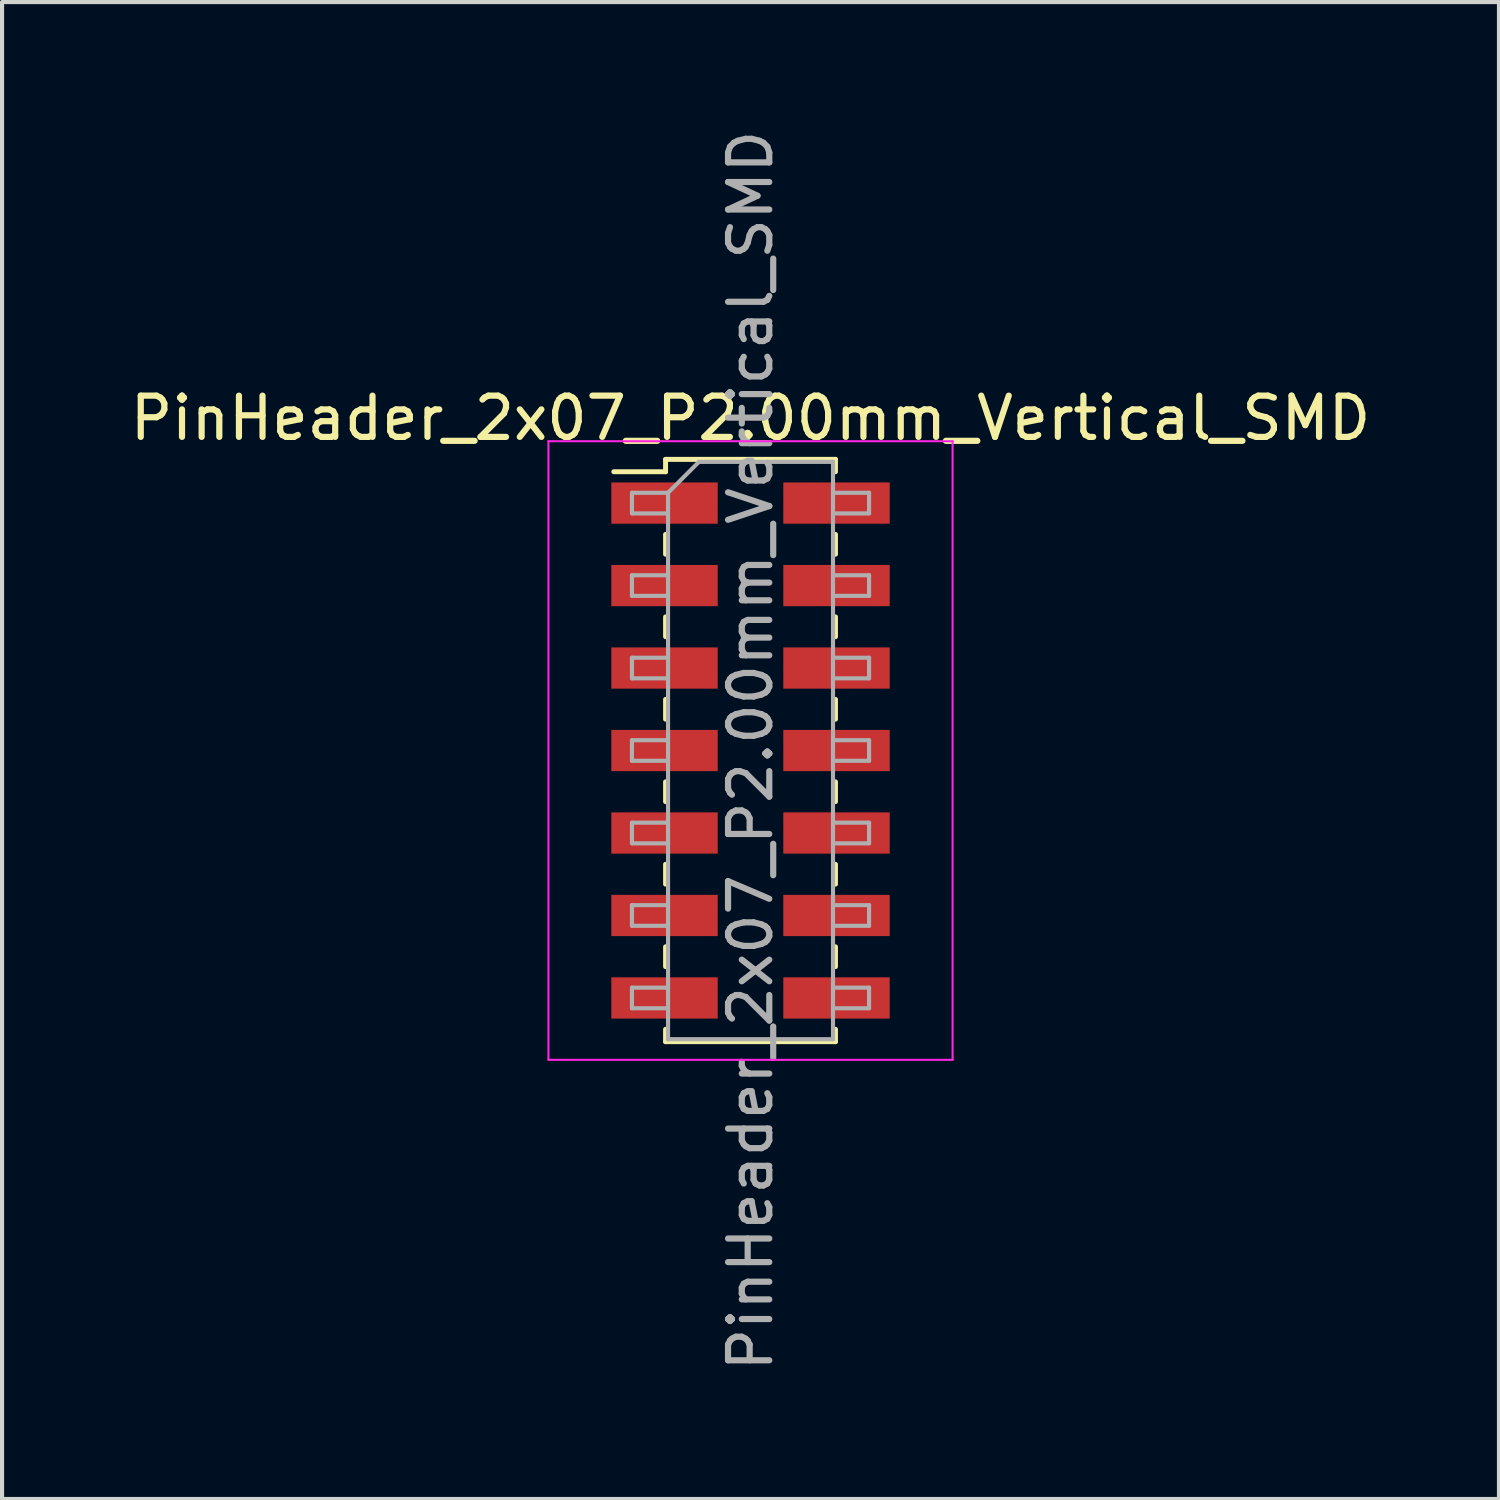
<source format=kicad_pcb>
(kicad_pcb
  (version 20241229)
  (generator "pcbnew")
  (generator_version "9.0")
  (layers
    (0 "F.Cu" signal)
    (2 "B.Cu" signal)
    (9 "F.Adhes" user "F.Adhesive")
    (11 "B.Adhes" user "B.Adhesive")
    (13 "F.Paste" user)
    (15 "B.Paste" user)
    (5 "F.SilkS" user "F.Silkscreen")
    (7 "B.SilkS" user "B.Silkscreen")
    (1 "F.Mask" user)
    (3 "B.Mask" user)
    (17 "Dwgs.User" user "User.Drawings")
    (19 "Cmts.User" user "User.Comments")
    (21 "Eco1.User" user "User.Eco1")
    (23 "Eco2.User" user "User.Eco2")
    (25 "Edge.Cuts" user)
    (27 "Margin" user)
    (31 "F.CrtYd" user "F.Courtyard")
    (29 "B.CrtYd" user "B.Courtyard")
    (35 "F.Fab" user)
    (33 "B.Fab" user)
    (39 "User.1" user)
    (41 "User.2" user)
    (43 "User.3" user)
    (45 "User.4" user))
  (footprint "PinHeader_2x07_P2.00mm_Vertical_SMD"
    (layer "F.Cu")
    (at 15.149 15.149)
    (property "Reference" "PinHeader_2x07_P2.00mm_Vertical_SMD" (at 0 -8.06 0) (layer "F.SilkS") (effects (font (size 1 1) (thickness 0.15))))
    (attr smd)
    (fp_line (start -3.315 -6.76) (end -2.06 -6.76) (stroke (width 0.12) (type solid)) (layer "F.SilkS"))
    (fp_line (start -2.06 -7.06) (end -2.06 -6.76) (stroke (width 0.12) (type solid)) (layer "F.SilkS"))
    (fp_line (start -2.06 -7.06) (end 2.06 -7.06) (stroke (width 0.12) (type solid)) (layer "F.SilkS"))
    (fp_line (start -2.06 -5.24) (end -2.06 -4.76) (stroke (width 0.12) (type solid)) (layer "F.SilkS"))
    (fp_line (start -2.06 -3.24) (end -2.06 -2.76) (stroke (width 0.12) (type solid)) (layer "F.SilkS"))
    (fp_line (start -2.06 -1.24) (end -2.06 -0.76) (stroke (width 0.12) (type solid)) (layer "F.SilkS"))
    (fp_line (start -2.06 0.76) (end -2.06 1.24) (stroke (width 0.12) (type solid)) (layer "F.SilkS"))
    (fp_line (start -2.06 2.76) (end -2.06 3.24) (stroke (width 0.12) (type solid)) (layer "F.SilkS"))
    (fp_line (start -2.06 4.76) (end -2.06 5.24) (stroke (width 0.12) (type solid)) (layer "F.SilkS"))
    (fp_line (start -2.06 6.76) (end -2.06 7.06) (stroke (width 0.12) (type solid)) (layer "F.SilkS"))
    (fp_line (start -2.06 7.06) (end 2.06 7.06) (stroke (width 0.12) (type solid)) (layer "F.SilkS"))
    (fp_line (start 2.06 -7.06) (end 2.06 -6.76) (stroke (width 0.12) (type solid)) (layer "F.SilkS"))
    (fp_line (start 2.06 -5.24) (end 2.06 -4.76) (stroke (width 0.12) (type solid)) (layer "F.SilkS"))
    (fp_line (start 2.06 -3.24) (end 2.06 -2.76) (stroke (width 0.12) (type solid)) (layer "F.SilkS"))
    (fp_line (start 2.06 -1.24) (end 2.06 -0.76) (stroke (width 0.12) (type solid)) (layer "F.SilkS"))
    (fp_line (start 2.06 0.76) (end 2.06 1.24) (stroke (width 0.12) (type solid)) (layer "F.SilkS"))
    (fp_line (start 2.06 2.76) (end 2.06 3.24) (stroke (width 0.12) (type solid)) (layer "F.SilkS"))
    (fp_line (start 2.06 4.76) (end 2.06 5.24) (stroke (width 0.12) (type solid)) (layer "F.SilkS"))
    (fp_line (start 2.06 6.76) (end 2.06 7.06) (stroke (width 0.12) (type solid)) (layer "F.SilkS"))
    (fp_line (start -4.9 -7.5) (end -4.9 7.5) (stroke (width 0.05) (type solid)) (layer "F.CrtYd"))
    (fp_line (start -4.9 7.5) (end 4.9 7.5) (stroke (width 0.05) (type solid)) (layer "F.CrtYd"))
    (fp_line (start 4.9 -7.5) (end -4.9 -7.5) (stroke (width 0.05) (type solid)) (layer "F.CrtYd"))
    (fp_line (start 4.9 7.5) (end 4.9 -7.5) (stroke (width 0.05) (type solid)) (layer "F.CrtYd"))
    (fp_line (start -2.875 -6.25) (end -2.875 -5.75) (stroke (width 0.1) (type solid)) (layer "F.Fab"))
    (fp_line (start -2.875 -5.75) (end -2 -5.75) (stroke (width 0.1) (type solid)) (layer "F.Fab"))
    (fp_line (start -2.875 -4.25) (end -2.875 -3.75) (stroke (width 0.1) (type solid)) (layer "F.Fab"))
    (fp_line (start -2.875 -3.75) (end -2 -3.75) (stroke (width 0.1) (type solid)) (layer "F.Fab"))
    (fp_line (start -2.875 -2.25) (end -2.875 -1.75) (stroke (width 0.1) (type solid)) (layer "F.Fab"))
    (fp_line (start -2.875 -1.75) (end -2 -1.75) (stroke (width 0.1) (type solid)) (layer "F.Fab"))
    (fp_line (start -2.875 -0.25) (end -2.875 0.25) (stroke (width 0.1) (type solid)) (layer "F.Fab"))
    (fp_line (start -2.875 0.25) (end -2 0.25) (stroke (width 0.1) (type solid)) (layer "F.Fab"))
    (fp_line (start -2.875 1.75) (end -2.875 2.25) (stroke (width 0.1) (type solid)) (layer "F.Fab"))
    (fp_line (start -2.875 2.25) (end -2 2.25) (stroke (width 0.1) (type solid)) (layer "F.Fab"))
    (fp_line (start -2.875 3.75) (end -2.875 4.25) (stroke (width 0.1) (type solid)) (layer "F.Fab"))
    (fp_line (start -2.875 4.25) (end -2 4.25) (stroke (width 0.1) (type solid)) (layer "F.Fab"))
    (fp_line (start -2.875 5.75) (end -2.875 6.25) (stroke (width 0.1) (type solid)) (layer "F.Fab"))
    (fp_line (start -2.875 6.25) (end -2 6.25) (stroke (width 0.1) (type solid)) (layer "F.Fab"))
    (fp_line (start -2 -6.25) (end -2.875 -6.25) (stroke (width 0.1) (type solid)) (layer "F.Fab"))
    (fp_line (start -2 -6.25) (end -1.25 -7) (stroke (width 0.1) (type solid)) (layer "F.Fab"))
    (fp_line (start -2 -4.25) (end -2.875 -4.25) (stroke (width 0.1) (type solid)) (layer "F.Fab"))
    (fp_line (start -2 -2.25) (end -2.875 -2.25) (stroke (width 0.1) (type solid)) (layer "F.Fab"))
    (fp_line (start -2 -0.25) (end -2.875 -0.25) (stroke (width 0.1) (type solid)) (layer "F.Fab"))
    (fp_line (start -2 1.75) (end -2.875 1.75) (stroke (width 0.1) (type solid)) (layer "F.Fab"))
    (fp_line (start -2 3.75) (end -2.875 3.75) (stroke (width 0.1) (type solid)) (layer "F.Fab"))
    (fp_line (start -2 5.75) (end -2.875 5.75) (stroke (width 0.1) (type solid)) (layer "F.Fab"))
    (fp_line (start -2 7) (end -2 -6.25) (stroke (width 0.1) (type solid)) (layer "F.Fab"))
    (fp_line (start -1.25 -7) (end 2 -7) (stroke (width 0.1) (type solid)) (layer "F.Fab"))
    (fp_line (start 2 -7) (end 2 7) (stroke (width 0.1) (type solid)) (layer "F.Fab"))
    (fp_line (start 2 -6.25) (end 2.875 -6.25) (stroke (width 0.1) (type solid)) (layer "F.Fab"))
    (fp_line (start 2 -4.25) (end 2.875 -4.25) (stroke (width 0.1) (type solid)) (layer "F.Fab"))
    (fp_line (start 2 -2.25) (end 2.875 -2.25) (stroke (width 0.1) (type solid)) (layer "F.Fab"))
    (fp_line (start 2 -0.25) (end 2.875 -0.25) (stroke (width 0.1) (type solid)) (layer "F.Fab"))
    (fp_line (start 2 1.75) (end 2.875 1.75) (stroke (width 0.1) (type solid)) (layer "F.Fab"))
    (fp_line (start 2 3.75) (end 2.875 3.75) (stroke (width 0.1) (type solid)) (layer "F.Fab"))
    (fp_line (start 2 5.75) (end 2.875 5.75) (stroke (width 0.1) (type solid)) (layer "F.Fab"))
    (fp_line (start 2 7) (end -2 7) (stroke (width 0.1) (type solid)) (layer "F.Fab"))
    (fp_line (start 2.875 -6.25) (end 2.875 -5.75) (stroke (width 0.1) (type solid)) (layer "F.Fab"))
    (fp_line (start 2.875 -5.75) (end 2 -5.75) (stroke (width 0.1) (type solid)) (layer "F.Fab"))
    (fp_line (start 2.875 -4.25) (end 2.875 -3.75) (stroke (width 0.1) (type solid)) (layer "F.Fab"))
    (fp_line (start 2.875 -3.75) (end 2 -3.75) (stroke (width 0.1) (type solid)) (layer "F.Fab"))
    (fp_line (start 2.875 -2.25) (end 2.875 -1.75) (stroke (width 0.1) (type solid)) (layer "F.Fab"))
    (fp_line (start 2.875 -1.75) (end 2 -1.75) (stroke (width 0.1) (type solid)) (layer "F.Fab"))
    (fp_line (start 2.875 -0.25) (end 2.875 0.25) (stroke (width 0.1) (type solid)) (layer "F.Fab"))
    (fp_line (start 2.875 0.25) (end 2 0.25) (stroke (width 0.1) (type solid)) (layer "F.Fab"))
    (fp_line (start 2.875 1.75) (end 2.875 2.25) (stroke (width 0.1) (type solid)) (layer "F.Fab"))
    (fp_line (start 2.875 2.25) (end 2 2.25) (stroke (width 0.1) (type solid)) (layer "F.Fab"))
    (fp_line (start 2.875 3.75) (end 2.875 4.25) (stroke (width 0.1) (type solid)) (layer "F.Fab"))
    (fp_line (start 2.875 4.25) (end 2 4.25) (stroke (width 0.1) (type solid)) (layer "F.Fab"))
    (fp_line (start 2.875 5.75) (end 2.875 6.25) (stroke (width 0.1) (type solid)) (layer "F.Fab"))
    (fp_line (start 2.875 6.25) (end 2 6.25) (stroke (width 0.1) (type solid)) (layer "F.Fab"))
    (fp_text user "${REFERENCE}" (at 0 0 90) (layer "F.Fab") (effects (font (size 1 1) (thickness 0.15))))
    (pad "1" smd rect (at -2.085 -6) (size 2.58 1) (layers "F.Cu" "F.Mask" "F.Paste"))
    (pad "2" smd rect (at 2.085 -6) (size 2.58 1) (layers "F.Cu" "F.Mask" "F.Paste"))
    (pad "3" smd rect (at -2.085 -4) (size 2.58 1) (layers "F.Cu" "F.Mask" "F.Paste"))
    (pad "4" smd rect (at 2.085 -4) (size 2.58 1) (layers "F.Cu" "F.Mask" "F.Paste"))
    (pad "5" smd rect (at -2.085 -2) (size 2.58 1) (layers "F.Cu" "F.Mask" "F.Paste"))
    (pad "6" smd rect (at 2.085 -2) (size 2.58 1) (layers "F.Cu" "F.Mask" "F.Paste"))
    (pad "7" smd rect (at -2.085 0) (size 2.58 1) (layers "F.Cu" "F.Mask" "F.Paste"))
    (pad "8" smd rect (at 2.085 0) (size 2.58 1) (layers "F.Cu" "F.Mask" "F.Paste"))
    (pad "9" smd rect (at -2.085 2) (size 2.58 1) (layers "F.Cu" "F.Mask" "F.Paste"))
    (pad "10" smd rect (at 2.085 2) (size 2.58 1) (layers "F.Cu" "F.Mask" "F.Paste"))
    (pad "11" smd rect (at -2.085 4) (size 2.58 1) (layers "F.Cu" "F.Mask" "F.Paste"))
    (pad "12" smd rect (at 2.085 4) (size 2.58 1) (layers "F.Cu" "F.Mask" "F.Paste"))
    (pad "13" smd rect (at -2.085 6) (size 2.58 1) (layers "F.Cu" "F.Mask" "F.Paste"))
    (pad "14" smd rect (at 2.085 6) (size 2.58 1) (layers "F.Cu" "F.Mask" "F.Paste")))
  (gr_rect
    (start -3 -3)
    (end 33.298 33.298)
    (stroke (width 0.1) (type default))
    (fill no)
    (layer "Edge.Cuts")))
</source>
